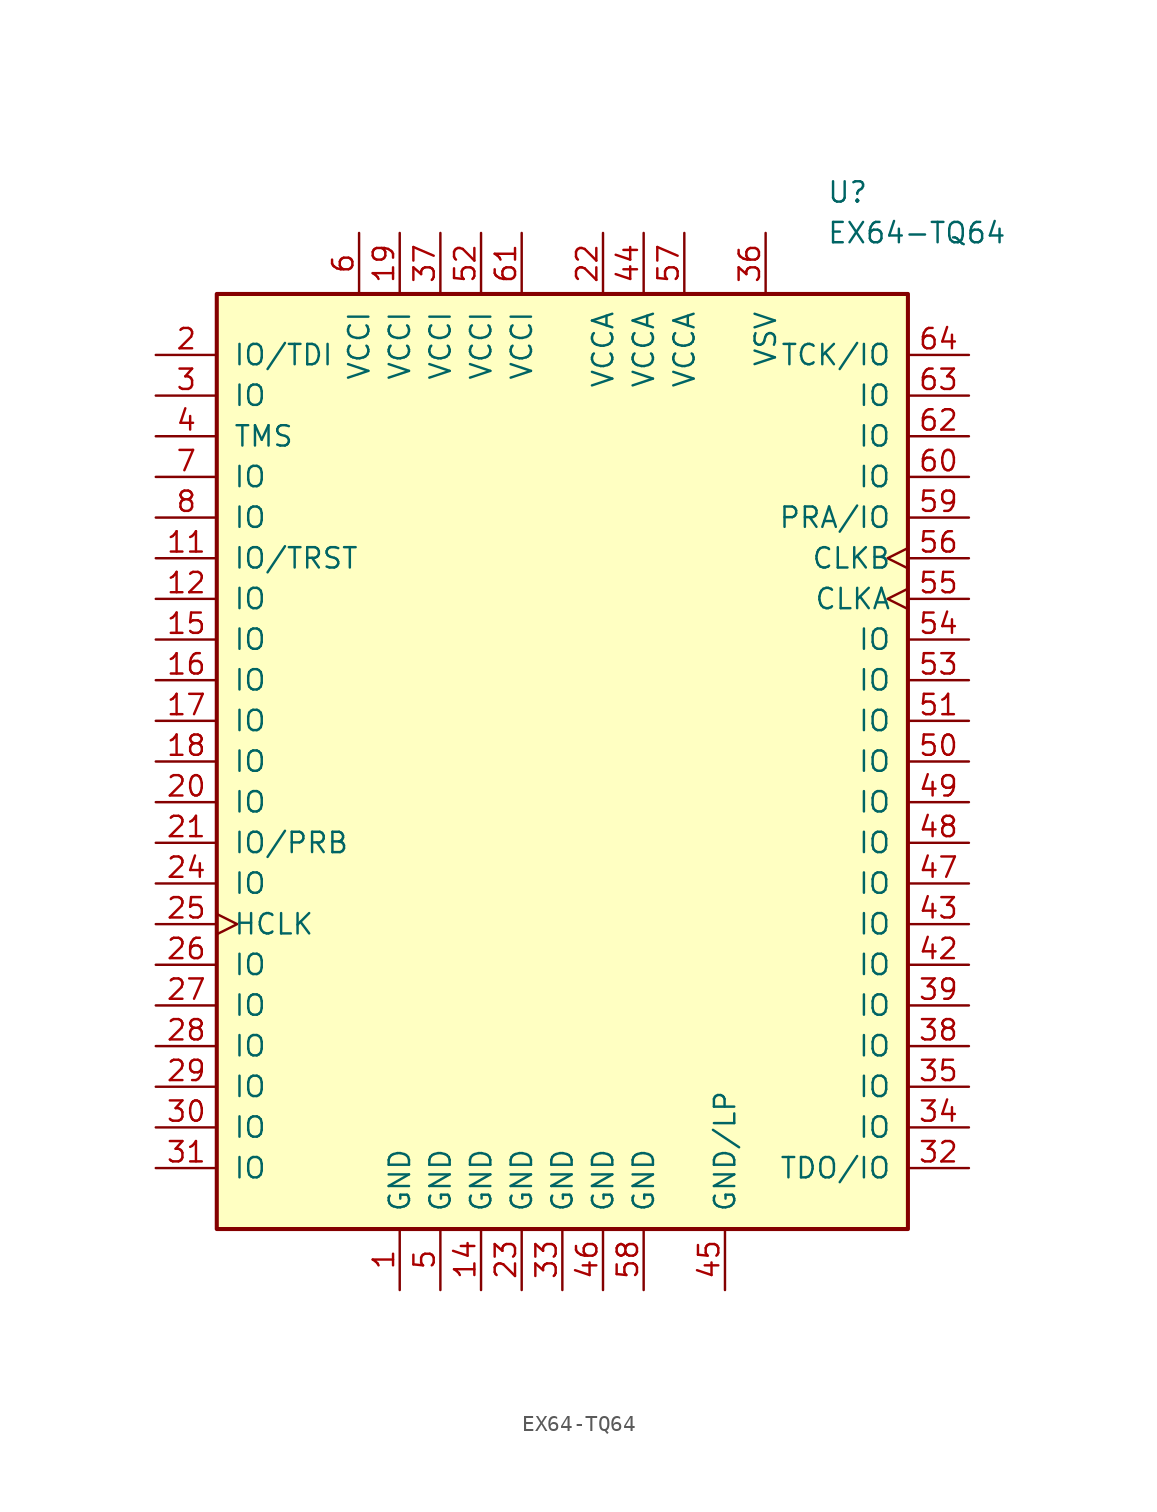
<source format=kicad_sym>
(kicad_symbol_lib
  (version 20231120)
  (generator "kicad_symbol_editor")
  (generator_version "8.0")
  (symbol "EX64-TQ64"
    (pin_names
      (offset 1.016))
    (property "Reference" "U"
      (at 16.51 35.56 0)
      (effects (font (size 1.27 1.27)) (justify left)))
    (property "Value" "EX64-TQ64"
      (at 16.51 33.02 0)
      (effects (font (size 1.27 1.27)) (justify left)))
    (symbol "EX64-TQ64_0_1"
      (rectangle (start -21.59 29.21) (end 21.59 -29.21) (stroke (width 0.254) (type default)) (fill (type background))))
    (symbol "EX64-TQ64_1_1"
      (pin power_out line (at -10.16 -33.02 90) (length 3.81) (name "GND" (effects (font (size 1.27 1.27)))) (number "1" (effects (font (size 1.27 1.27)))))
      (pin bidirectional line (at -25.4 12.7 0) (length 3.81) (name "IO/TRST" (effects (font (size 1.27 1.27)))) (number "11" (effects (font (size 1.27 1.27)))))
      (pin bidirectional line (at -25.4 10.16 0) (length 3.81) (name "IO" (effects (font (size 1.27 1.27)))) (number "12" (effects (font (size 1.27 1.27)))))
      (pin power_out line (at -5.08 -33.02 90) (length 3.81) (name "GND" (effects (font (size 1.27 1.27)))) (number "14" (effects (font (size 1.27 1.27)))))
      (pin bidirectional line (at -25.4 7.62 0) (length 3.81) (name "IO" (effects (font (size 1.27 1.27)))) (number "15" (effects (font (size 1.27 1.27)))))
      (pin bidirectional line (at -25.4 5.08 0) (length 3.81) (name "IO" (effects (font (size 1.27 1.27)))) (number "16" (effects (font (size 1.27 1.27)))))
      (pin bidirectional line (at -25.4 2.54 0) (length 3.81) (name "IO" (effects (font (size 1.27 1.27)))) (number "17" (effects (font (size 1.27 1.27)))))
      (pin bidirectional line (at -25.4 0 0) (length 3.81) (name "IO" (effects (font (size 1.27 1.27)))) (number "18" (effects (font (size 1.27 1.27)))))
      (pin power_in line (at -10.16 33.02 270) (length 3.81) (name "VCCI" (effects (font (size 1.27 1.27)))) (number "19" (effects (font (size 1.27 1.27)))))
      (pin bidirectional line (at -25.4 25.4 0) (length 3.81) (name "IO/TDI" (effects (font (size 1.27 1.27)))) (number "2" (effects (font (size 1.27 1.27)))))
      (pin bidirectional line (at -25.4 -2.54 0) (length 3.81) (name "IO" (effects (font (size 1.27 1.27)))) (number "20" (effects (font (size 1.27 1.27)))))
      (pin bidirectional line (at -25.4 -5.08 0) (length 3.81) (name "IO/PRB" (effects (font (size 1.27 1.27)))) (number "21" (effects (font (size 1.27 1.27)))))
      (pin power_in line (at 2.54 33.02 270) (length 3.81) (name "VCCA" (effects (font (size 1.27 1.27)))) (number "22" (effects (font (size 1.27 1.27)))))
      (pin power_out line (at -2.54 -33.02 90) (length 3.81) (name "GND" (effects (font (size 1.27 1.27)))) (number "23" (effects (font (size 1.27 1.27)))))
      (pin bidirectional line (at -25.4 -7.62 0) (length 3.81) (name "IO" (effects (font (size 1.27 1.27)))) (number "24" (effects (font (size 1.27 1.27)))))
      (pin input clock (at -25.4 -10.16 0) (length 3.81) (name "HCLK" (effects (font (size 1.27 1.27)))) (number "25" (effects (font (size 1.27 1.27)))))
      (pin bidirectional line (at -25.4 -12.7 0) (length 3.81) (name "IO" (effects (font (size 1.27 1.27)))) (number "26" (effects (font (size 1.27 1.27)))))
      (pin bidirectional line (at -25.4 -15.24 0) (length 3.81) (name "IO" (effects (font (size 1.27 1.27)))) (number "27" (effects (font (size 1.27 1.27)))))
      (pin bidirectional line (at -25.4 -17.78 0) (length 3.81) (name "IO" (effects (font (size 1.27 1.27)))) (number "28" (effects (font (size 1.27 1.27)))))
      (pin bidirectional line (at -25.4 -20.32 0) (length 3.81) (name "IO" (effects (font (size 1.27 1.27)))) (number "29" (effects (font (size 1.27 1.27)))))
      (pin bidirectional line (at -25.4 22.86 0) (length 3.81) (name "IO" (effects (font (size 1.27 1.27)))) (number "3" (effects (font (size 1.27 1.27)))))
      (pin bidirectional line (at -25.4 -22.86 0) (length 3.81) (name "IO" (effects (font (size 1.27 1.27)))) (number "30" (effects (font (size 1.27 1.27)))))
      (pin bidirectional line (at -25.4 -25.4 0) (length 3.81) (name "IO" (effects (font (size 1.27 1.27)))) (number "31" (effects (font (size 1.27 1.27)))))
      (pin bidirectional line (at 25.4 -25.4 180) (length 3.81) (name "TDO/IO" (effects (font (size 1.27 1.27)))) (number "32" (effects (font (size 1.27 1.27)))))
      (pin power_out line (at 0 -33.02 90) (length 3.81) (name "GND" (effects (font (size 1.27 1.27)))) (number "33" (effects (font (size 1.27 1.27)))))
      (pin bidirectional line (at 25.4 -22.86 180) (length 3.81) (name "IO" (effects (font (size 1.27 1.27)))) (number "34" (effects (font (size 1.27 1.27)))))
      (pin bidirectional line (at 25.4 -20.32 180) (length 3.81) (name "IO" (effects (font (size 1.27 1.27)))) (number "35" (effects (font (size 1.27 1.27)))))
      (pin power_in line (at 12.7 33.02 270) (length 3.81) (name "VSV" (effects (font (size 1.27 1.27)))) (number "36" (effects (font (size 1.27 1.27)))))
      (pin power_in line (at -7.62 33.02 270) (length 3.81) (name "VCCI" (effects (font (size 1.27 1.27)))) (number "37" (effects (font (size 1.27 1.27)))))
      (pin bidirectional line (at 25.4 -17.78 180) (length 3.81) (name "IO" (effects (font (size 1.27 1.27)))) (number "38" (effects (font (size 1.27 1.27)))))
      (pin bidirectional line (at 25.4 -15.24 180) (length 3.81) (name "IO" (effects (font (size 1.27 1.27)))) (number "39" (effects (font (size 1.27 1.27)))))
      (pin input line (at -25.4 20.32 0) (length 3.81) (name "TMS" (effects (font (size 1.27 1.27)))) (number "4" (effects (font (size 1.27 1.27)))))
      (pin bidirectional line (at 25.4 -12.7 180) (length 3.81) (name "IO" (effects (font (size 1.27 1.27)))) (number "42" (effects (font (size 1.27 1.27)))))
      (pin bidirectional line (at 25.4 -10.16 180) (length 3.81) (name "IO" (effects (font (size 1.27 1.27)))) (number "43" (effects (font (size 1.27 1.27)))))
      (pin power_in line (at 5.08 33.02 270) (length 3.81) (name "VCCA" (effects (font (size 1.27 1.27)))) (number "44" (effects (font (size 1.27 1.27)))))
      (pin power_out line (at 10.16 -33.02 90) (length 3.81) (name "GND/LP" (effects (font (size 1.27 1.27)))) (number "45" (effects (font (size 1.27 1.27)))))
      (pin power_out line (at 2.54 -33.02 90) (length 3.81) (name "GND" (effects (font (size 1.27 1.27)))) (number "46" (effects (font (size 1.27 1.27)))))
      (pin bidirectional line (at 25.4 -7.62 180) (length 3.81) (name "IO" (effects (font (size 1.27 1.27)))) (number "47" (effects (font (size 1.27 1.27)))))
      (pin bidirectional line (at 25.4 -5.08 180) (length 3.81) (name "IO" (effects (font (size 1.27 1.27)))) (number "48" (effects (font (size 1.27 1.27)))))
      (pin bidirectional line (at 25.4 -2.54 180) (length 3.81) (name "IO" (effects (font (size 1.27 1.27)))) (number "49" (effects (font (size 1.27 1.27)))))
      (pin power_out line (at -7.62 -33.02 90) (length 3.81) (name "GND" (effects (font (size 1.27 1.27)))) (number "5" (effects (font (size 1.27 1.27)))))
      (pin bidirectional line (at 25.4 0 180) (length 3.81) (name "IO" (effects (font (size 1.27 1.27)))) (number "50" (effects (font (size 1.27 1.27)))))
      (pin bidirectional line (at 25.4 2.54 180) (length 3.81) (name "IO" (effects (font (size 1.27 1.27)))) (number "51" (effects (font (size 1.27 1.27)))))
      (pin power_in line (at -5.08 33.02 270) (length 3.81) (name "VCCI" (effects (font (size 1.27 1.27)))) (number "52" (effects (font (size 1.27 1.27)))))
      (pin bidirectional line (at 25.4 5.08 180) (length 3.81) (name "IO" (effects (font (size 1.27 1.27)))) (number "53" (effects (font (size 1.27 1.27)))))
      (pin bidirectional line (at 25.4 7.62 180) (length 3.81) (name "IO" (effects (font (size 1.27 1.27)))) (number "54" (effects (font (size 1.27 1.27)))))
      (pin input clock (at 25.4 10.16 180) (length 3.81) (name "CLKA" (effects (font (size 1.27 1.27)))) (number "55" (effects (font (size 1.27 1.27)))))
      (pin input clock (at 25.4 12.7 180) (length 3.81) (name "CLKB" (effects (font (size 1.27 1.27)))) (number "56" (effects (font (size 1.27 1.27)))))
      (pin power_in line (at 7.62 33.02 270) (length 3.81) (name "VCCA" (effects (font (size 1.27 1.27)))) (number "57" (effects (font (size 1.27 1.27)))))
      (pin power_out line (at 5.08 -33.02 90) (length 3.81) (name "GND" (effects (font (size 1.27 1.27)))) (number "58" (effects (font (size 1.27 1.27)))))
      (pin bidirectional line (at 25.4 15.24 180) (length 3.81) (name "PRA/IO" (effects (font (size 1.27 1.27)))) (number "59" (effects (font (size 1.27 1.27)))))
      (pin power_in line (at -12.7 33.02 270) (length 3.81) (name "VCCI" (effects (font (size 1.27 1.27)))) (number "6" (effects (font (size 1.27 1.27)))))
      (pin bidirectional line (at 25.4 17.78 180) (length 3.81) (name "IO" (effects (font (size 1.27 1.27)))) (number "60" (effects (font (size 1.27 1.27)))))
      (pin power_in line (at -2.54 33.02 270) (length 3.81) (name "VCCI" (effects (font (size 1.27 1.27)))) (number "61" (effects (font (size 1.27 1.27)))))
      (pin bidirectional line (at 25.4 20.32 180) (length 3.81) (name "IO" (effects (font (size 1.27 1.27)))) (number "62" (effects (font (size 1.27 1.27)))))
      (pin bidirectional line (at 25.4 22.86 180) (length 3.81) (name "IO" (effects (font (size 1.27 1.27)))) (number "63" (effects (font (size 1.27 1.27)))))
      (pin bidirectional line (at 25.4 25.4 180) (length 3.81) (name "TCK/IO" (effects (font (size 1.27 1.27)))) (number "64" (effects (font (size 1.27 1.27)))))
      (pin bidirectional line (at -25.4 17.78 0) (length 3.81) (name "IO" (effects (font (size 1.27 1.27)))) (number "7" (effects (font (size 1.27 1.27)))))
      (pin bidirectional line (at -25.4 15.24 0) (length 3.81) (name "IO" (effects (font (size 1.27 1.27)))) (number "8" (effects (font (size 1.27 1.27))))))))
</source>
